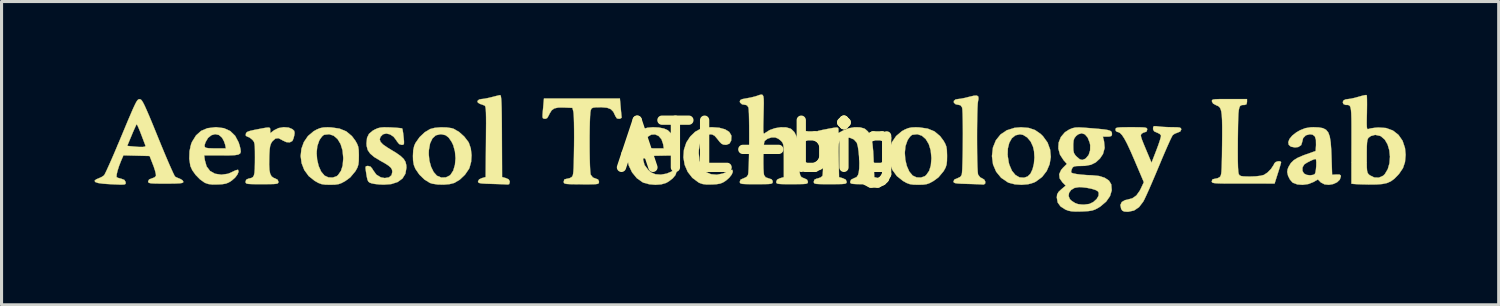
<source format=kicad_pcb>
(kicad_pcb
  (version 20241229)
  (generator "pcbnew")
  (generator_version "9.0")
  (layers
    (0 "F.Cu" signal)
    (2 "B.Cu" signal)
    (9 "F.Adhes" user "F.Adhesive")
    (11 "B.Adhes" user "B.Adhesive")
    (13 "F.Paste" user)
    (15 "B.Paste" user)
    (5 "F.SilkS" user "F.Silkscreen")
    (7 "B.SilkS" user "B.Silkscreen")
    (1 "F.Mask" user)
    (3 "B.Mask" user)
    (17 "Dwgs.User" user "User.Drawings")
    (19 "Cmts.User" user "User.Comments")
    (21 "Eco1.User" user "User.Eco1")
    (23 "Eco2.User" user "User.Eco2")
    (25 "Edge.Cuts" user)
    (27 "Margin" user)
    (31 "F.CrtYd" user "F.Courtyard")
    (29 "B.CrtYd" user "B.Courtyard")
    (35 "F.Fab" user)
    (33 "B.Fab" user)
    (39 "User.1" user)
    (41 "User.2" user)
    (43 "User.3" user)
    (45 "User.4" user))
  (footprint "ATL-big"
    (layer "F.Cu")
    (at 21.409 1.665)
    (property "Reference" "ATL-big" (at 0 0 0) (layer "F.SilkS") (effects (font (size 1.524 1.524) (thickness 0.3))))
    (attr through_hole)
    (fp_poly (pts (xy -8.295 -1.633) (xy -8.283 -1.594) (xy -8.274 -1.519) (xy -8.267 -1.402) (xy -8.261 -1.236) (xy -8.257 -1.016) (xy -8.254 -0.734) (xy -8.252 -0.383) (xy -8.252 -0.324) (xy -8.246 1.002) (xy -8.122 1.037) (xy -8.033 1.077) (xy -8 1.139) (xy -7.999 1.162) (xy -8.017 1.231) (xy -8.065 1.243) (xy -8.128 1.239) (xy -8.249 1.233) (xy -8.41 1.228) (xy -8.577 1.223) (xy -8.768 1.217) (xy -8.895 1.209) (xy -8.972 1.197) (xy -9.01 1.179) (xy -9.022 1.152) (xy -9.023 1.142) (xy -8.986 1.077) (xy -8.899 1.037) (xy -8.776 1.002) (xy -8.766 -0.145) (xy -8.764 -0.47) (xy -8.762 -0.728) (xy -8.763 -0.927) (xy -8.766 -1.073) (xy -8.771 -1.176) (xy -8.78 -1.244) (xy -8.791 -1.284) (xy -8.807 -1.304) (xy -8.823 -1.312) (xy -8.955 -1.359) (xy -9.024 -1.399) (xy -9.041 -1.44) (xy -9.037 -1.458) (xy -8.986 -1.502) (xy -8.913 -1.516) (xy -8.821 -1.526) (xy -8.69 -1.552) (xy -8.585 -1.577) (xy -8.457 -1.61) (xy -8.355 -1.635) (xy -8.309 -1.644) (xy -8.295 -1.633)) (stroke (width 0.01) (type solid)) (fill yes) (layer "F.SilkS"))
    (fp_poly (pts (xy 8.759 -0.584) (xy 8.963 -0.516) (xy 9.143 -0.392) (xy 9.22 -0.317) (xy 9.368 -0.113) (xy 9.451 0.115) (xy 9.473 0.352) (xy 9.435 0.587) (xy 9.341 0.807) (xy 9.193 0.998) (xy 8.993 1.147) (xy 8.928 1.18) (xy 8.746 1.233) (xy 8.531 1.252) (xy 8.313 1.237) (xy 8.124 1.189) (xy 8.085 1.172) (xy 7.869 1.025) (xy 7.709 0.83) (xy 7.608 0.594) (xy 7.573 0.326) (xy 7.573 0.322) (xy 7.576 0.3) (xy 8.079 0.3) (xy 8.116 0.537) (xy 8.135 0.606) (xy 8.218 0.799) (xy 8.33 0.936) (xy 8.464 1.013) (xy 8.61 1.023) (xy 8.725 0.983) (xy 8.815 0.896) (xy 8.883 0.753) (xy 8.928 0.572) (xy 8.945 0.37) (xy 8.932 0.166) (xy 8.901 0.027) (xy 8.824 -0.143) (xy 8.711 -0.277) (xy 8.579 -0.359) (xy 8.476 -0.379) (xy 8.331 -0.345) (xy 8.215 -0.25) (xy 8.132 -0.104) (xy 8.086 0.082) (xy 8.079 0.3) (xy 7.576 0.3) (xy 7.605 0.048) (xy 7.7 -0.185) (xy 7.85 -0.372) (xy 8.051 -0.508) (xy 8.298 -0.586) (xy 8.511 -0.605) (xy 8.759 -0.584)) (stroke (width 0.01) (type solid)) (fill yes) (layer "F.SilkS"))
    (fp_poly (pts (xy -1.232 -0.589) (xy -1.045 -0.538) (xy -0.914 -0.457) (xy -0.848 -0.35) (xy -0.841 -0.315) (xy -0.85 -0.17) (xy -0.906 -0.076) (xy -1.005 -0.039) (xy -1.015 -0.038) (xy -1.095 -0.045) (xy -1.157 -0.072) (xy -1.22 -0.134) (xy -1.301 -0.237) (xy -1.383 -0.331) (xy -1.461 -0.372) (xy -1.531 -0.379) (xy -1.671 -0.345) (xy -1.78 -0.245) (xy -1.855 -0.086) (xy -1.892 0.126) (xy -1.896 0.229) (xy -1.871 0.471) (xy -1.801 0.67) (xy -1.689 0.816) (xy -1.656 0.843) (xy -1.499 0.911) (xy -1.311 0.927) (xy -1.116 0.889) (xy -0.996 0.835) (xy -0.897 0.788) (xy -0.827 0.768) (xy -0.808 0.771) (xy -0.795 0.833) (xy -0.832 0.922) (xy -0.909 1.022) (xy -1.014 1.114) (xy -1.018 1.117) (xy -1.114 1.178) (xy -1.206 1.214) (xy -1.32 1.233) (xy -1.472 1.242) (xy -1.644 1.243) (xy -1.766 1.228) (xy -1.864 1.195) (xy -1.901 1.177) (xy -2.102 1.027) (xy -2.252 0.834) (xy -2.349 0.609) (xy -2.39 0.367) (xy -2.373 0.122) (xy -2.296 -0.112) (xy -2.17 -0.305) (xy -2.014 -0.457) (xy -1.845 -0.551) (xy -1.643 -0.598) (xy -1.469 -0.607) (xy -1.232 -0.589)) (stroke (width 0.01) (type solid)) (fill yes) (layer "F.SilkS"))
    (fp_poly (pts (xy -10.048 -0.601) (xy -9.879 -0.577) (xy -9.805 -0.554) (xy -9.633 -0.453) (xy -9.468 -0.305) (xy -9.338 -0.137) (xy -9.317 -0.098) (xy -9.256 0.081) (xy -9.232 0.295) (xy -9.246 0.512) (xy -9.298 0.701) (xy -9.315 0.739) (xy -9.446 0.929) (xy -9.615 1.089) (xy -9.789 1.192) (xy -9.937 1.23) (xy -10.125 1.247) (xy -10.321 1.243) (xy -10.495 1.217) (xy -10.577 1.191) (xy -10.752 1.083) (xy -10.916 0.924) (xy -11.044 0.739) (xy -11.095 0.613) (xy -11.12 0.465) (xy -11.124 0.322) (xy -11.121 0.258) (xy -10.615 0.258) (xy -10.594 0.472) (xy -10.538 0.674) (xy -10.454 0.843) (xy -10.351 0.958) (xy -10.345 0.962) (xy -10.208 1.018) (xy -10.061 1.013) (xy -9.933 0.95) (xy -9.914 0.933) (xy -9.823 0.794) (xy -9.768 0.608) (xy -9.749 0.395) (xy -9.768 0.176) (xy -9.824 -0.029) (xy -9.876 -0.136) (xy -9.97 -0.272) (xy -10.068 -0.348) (xy -10.19 -0.377) (xy -10.246 -0.379) (xy -10.386 -0.345) (xy -10.495 -0.245) (xy -10.571 -0.085) (xy -10.61 0.131) (xy -10.615 0.258) (xy -11.121 0.258) (xy -11.115 0.137) (xy -11.084 -0.003) (xy -11.044 -0.095) (xy -10.911 -0.285) (xy -10.742 -0.445) (xy -10.569 -0.548) (xy -10.424 -0.586) (xy -10.24 -0.603) (xy -10.048 -0.601)) (stroke (width 0.01) (type solid)) (fill yes) (layer "F.SilkS"))
    (fp_poly (pts (xy 7.132 -1.595) (xy 7.137 -1.519) (xy 7.123 -1.447) (xy 7.113 -1.366) (xy 7.105 -1.224) (xy 7.099 -1.033) (xy 7.095 -0.805) (xy 7.092 -0.552) (xy 7.091 -0.286) (xy 7.092 -0.02) (xy 7.094 0.236) (xy 7.098 0.468) (xy 7.104 0.666) (xy 7.112 0.817) (xy 7.122 0.908) (xy 7.126 0.925) (xy 7.19 1.01) (xy 7.259 1.046) (xy 7.324 1.085) (xy 7.357 1.148) (xy 7.355 1.209) (xy 7.314 1.242) (xy 7.288 1.243) (xy 7.225 1.239) (xy 7.105 1.233) (xy 6.944 1.228) (xy 6.776 1.223) (xy 6.586 1.217) (xy 6.459 1.209) (xy 6.382 1.197) (xy 6.344 1.179) (xy 6.332 1.152) (xy 6.331 1.141) (xy 6.364 1.079) (xy 6.445 1.048) (xy 6.554 0.995) (xy 6.597 0.927) (xy 6.606 0.865) (xy 6.615 0.739) (xy 6.621 0.563) (xy 6.627 0.349) (xy 6.631 0.108) (xy 6.633 -0.145) (xy 6.634 -0.399) (xy 6.633 -0.641) (xy 6.63 -0.859) (xy 6.626 -1.041) (xy 6.619 -1.172) (xy 6.61 -1.242) (xy 6.56 -1.314) (xy 6.507 -1.327) (xy 6.401 -1.348) (xy 6.344 -1.399) (xy 6.343 -1.456) (xy 6.397 -1.503) (xy 6.473 -1.516) (xy 6.564 -1.527) (xy 6.698 -1.553) (xy 6.832 -1.587) (xy 6.989 -1.624) (xy 7.086 -1.629) (xy 7.132 -1.595)) (stroke (width 0.01) (type solid)) (fill yes) (layer "F.SilkS"))
    (fp_poly (pts (xy -3.186 -0.597) (xy -3.019 -0.564) (xy -2.896 -0.51) (xy -2.893 -0.508) (xy -2.72 -0.337) (xy -2.601 -0.129) (xy -2.548 0.092) (xy -2.531 0.301) (xy -3.696 0.322) (xy -3.69 0.451) (xy -3.645 0.616) (xy -3.527 0.772) (xy -3.435 0.851) (xy -3.296 0.912) (xy -3.121 0.925) (xy -2.934 0.892) (xy -2.81 0.841) (xy -2.701 0.785) (xy -2.643 0.765) (xy -2.62 0.78) (xy -2.616 0.832) (xy -2.616 0.846) (xy -2.649 0.94) (xy -2.737 1.045) (xy -2.867 1.145) (xy -2.946 1.19) (xy -3.102 1.237) (xy -3.295 1.252) (xy -3.496 1.234) (xy -3.674 1.186) (xy -3.707 1.171) (xy -3.895 1.038) (xy -4.048 0.851) (xy -4.155 0.629) (xy -4.205 0.389) (xy -4.208 0.322) (xy -4.176 0.089) (xy -4.159 0.044) (xy -3.702 0.044) (xy -3.673 0.062) (xy -3.6 0.072) (xy -3.471 0.075) (xy -3.373 0.076) (xy -3.023 0.076) (xy -3.045 -0.062) (xy -3.098 -0.217) (xy -3.19 -0.324) (xy -3.305 -0.375) (xy -3.43 -0.367) (xy -3.55 -0.294) (xy -3.579 -0.262) (xy -3.642 -0.176) (xy -3.676 -0.107) (xy -3.677 -0.095) (xy -3.69 -0.015) (xy -3.7 0.016) (xy -3.702 0.044) (xy -4.159 0.044) (xy -4.088 -0.137) (xy -3.955 -0.337) (xy -3.789 -0.492) (xy -3.691 -0.55) (xy -3.549 -0.591) (xy -3.372 -0.606) (xy -3.186 -0.597)) (stroke (width 0.01) (type solid)) (fill yes) (layer "F.SilkS"))
    (fp_poly (pts (xy -13.767 -0.601) (xy -13.496 -0.562) (xy -13.275 -0.471) (xy -13.096 -0.321) (xy -12.985 -0.173) (xy -12.927 -0.07) (xy -12.892 0.021) (xy -12.876 0.127) (xy -12.871 0.275) (xy -12.871 0.322) (xy -12.874 0.485) (xy -12.887 0.599) (xy -12.916 0.692) (xy -12.968 0.789) (xy -12.986 0.818) (xy -13.147 1.011) (xy -13.306 1.128) (xy -13.424 1.193) (xy -13.524 1.23) (xy -13.637 1.247) (xy -13.794 1.251) (xy -13.799 1.251) (xy -13.958 1.247) (xy -14.072 1.231) (xy -14.172 1.195) (xy -14.289 1.13) (xy -14.293 1.128) (xy -14.491 0.97) (xy -14.633 0.775) (xy -14.719 0.555) (xy -14.75 0.324) (xy -14.738 0.215) (xy -14.235 0.215) (xy -14.219 0.436) (xy -14.169 0.646) (xy -14.089 0.826) (xy -13.98 0.955) (xy -13.978 0.956) (xy -13.854 1.013) (xy -13.714 1.019) (xy -13.588 0.975) (xy -13.543 0.938) (xy -13.448 0.802) (xy -13.394 0.632) (xy -13.375 0.411) (xy -13.375 0.379) (xy -13.398 0.139) (xy -13.461 -0.064) (xy -13.558 -0.224) (xy -13.682 -0.332) (xy -13.828 -0.381) (xy -13.987 -0.363) (xy -14.006 -0.355) (xy -14.06 -0.309) (xy -14.125 -0.22) (xy -14.151 -0.175) (xy -14.213 0.005) (xy -14.235 0.215) (xy -14.738 0.215) (xy -14.726 0.092) (xy -14.647 -0.127) (xy -14.514 -0.322) (xy -14.327 -0.48) (xy -14.234 -0.531) (xy -14.126 -0.576) (xy -14.017 -0.599) (xy -13.88 -0.605) (xy -13.767 -0.601)) (stroke (width 0.01) (type solid)) (fill yes) (layer "F.SilkS"))
    (fp_poly (pts (xy 5.226 -0.601) (xy 5.497 -0.562) (xy 5.718 -0.471) (xy 5.897 -0.321) (xy 6.008 -0.173) (xy 6.066 -0.07) (xy 6.101 0.021) (xy 6.117 0.127) (xy 6.122 0.275) (xy 6.123 0.322) (xy 6.12 0.485) (xy 6.107 0.599) (xy 6.077 0.692) (xy 6.025 0.789) (xy 6.007 0.818) (xy 5.846 1.011) (xy 5.687 1.128) (xy 5.569 1.193) (xy 5.469 1.23) (xy 5.356 1.247) (xy 5.199 1.251) (xy 5.194 1.251) (xy 5.035 1.247) (xy 4.921 1.231) (xy 4.821 1.195) (xy 4.705 1.13) (xy 4.701 1.128) (xy 4.502 0.97) (xy 4.36 0.775) (xy 4.274 0.555) (xy 4.243 0.324) (xy 4.255 0.215) (xy 4.759 0.215) (xy 4.774 0.436) (xy 4.824 0.646) (xy 4.904 0.826) (xy 5.013 0.955) (xy 5.015 0.956) (xy 5.139 1.013) (xy 5.279 1.019) (xy 5.405 0.975) (xy 5.45 0.938) (xy 5.545 0.802) (xy 5.599 0.632) (xy 5.618 0.411) (xy 5.618 0.379) (xy 5.595 0.139) (xy 5.532 -0.064) (xy 5.435 -0.224) (xy 5.311 -0.332) (xy 5.166 -0.381) (xy 5.006 -0.363) (xy 4.987 -0.355) (xy 4.933 -0.309) (xy 4.868 -0.22) (xy 4.843 -0.175) (xy 4.78 0.005) (xy 4.759 0.215) (xy 4.255 0.215) (xy 4.268 0.092) (xy 4.346 -0.127) (xy 4.479 -0.322) (xy 4.666 -0.48) (xy 4.759 -0.531) (xy 4.867 -0.576) (xy 4.976 -0.599) (xy 5.113 -0.605) (xy 5.226 -0.601)) (stroke (width 0.01) (type solid)) (fill yes) (layer "F.SilkS"))
    (fp_poly (pts (xy -17.228 -0.576) (xy -17.025 -0.484) (xy -16.867 -0.331) (xy -16.754 -0.118) (xy -16.719 -0.008) (xy -16.692 0.105) (xy -16.684 0.186) (xy -16.705 0.241) (xy -16.763 0.276) (xy -16.869 0.294) (xy -17.03 0.302) (xy -17.257 0.303) (xy -17.295 0.303) (xy -17.866 0.303) (xy -17.845 0.456) (xy -17.788 0.658) (xy -17.677 0.805) (xy -17.518 0.895) (xy -17.312 0.926) (xy -17.31 0.926) (xy -17.094 0.896) (xy -16.956 0.835) (xy -16.858 0.788) (xy -16.787 0.768) (xy -16.769 0.771) (xy -16.756 0.833) (xy -16.793 0.922) (xy -16.869 1.022) (xy -16.974 1.114) (xy -16.978 1.117) (xy -17.075 1.178) (xy -17.166 1.214) (xy -17.28 1.233) (xy -17.432 1.242) (xy -17.604 1.243) (xy -17.726 1.228) (xy -17.825 1.195) (xy -17.861 1.177) (xy -18.003 1.075) (xy -18.14 0.935) (xy -18.25 0.781) (xy -18.311 0.647) (xy -18.347 0.414) (xy -18.339 0.168) (xy -18.307 0.022) (xy -17.853 0.022) (xy -17.815 0.056) (xy -17.727 0.071) (xy -17.577 0.076) (xy -17.51 0.076) (xy -17.164 0.076) (xy -17.187 -0.041) (xy -17.227 -0.156) (xy -17.289 -0.269) (xy -17.391 -0.357) (xy -17.511 -0.383) (xy -17.633 -0.349) (xy -17.742 -0.261) (xy -17.819 -0.129) (xy -17.851 -0.037) (xy -17.853 0.022) (xy -18.307 0.022) (xy -18.288 -0.059) (xy -18.259 -0.133) (xy -18.129 -0.342) (xy -17.966 -0.488) (xy -17.762 -0.575) (xy -17.508 -0.606) (xy -17.476 -0.607) (xy -17.228 -0.576)) (stroke (width 0.01) (type solid)) (fill yes) (layer "F.SilkS"))
    (fp_poly (pts (xy -11.897 -0.602) (xy -11.842 -0.6) (xy -11.686 -0.591) (xy -11.562 -0.581) (xy -11.486 -0.571) (xy -11.471 -0.566) (xy -11.458 -0.521) (xy -11.442 -0.423) (xy -11.427 -0.293) (xy -11.414 -0.158) (xy -11.414 -0.082) (xy -11.43 -0.047) (xy -11.468 -0.038) (xy -11.491 -0.038) (xy -11.569 -0.063) (xy -11.639 -0.147) (xy -11.657 -0.18) (xy -11.75 -0.3) (xy -11.865 -0.376) (xy -11.985 -0.404) (xy -12.093 -0.378) (xy -12.172 -0.297) (xy -12.197 -0.215) (xy -12.172 -0.135) (xy -12.091 -0.049) (xy -11.948 0.05) (xy -11.873 0.096) (xy -11.666 0.221) (xy -11.519 0.326) (xy -11.422 0.419) (xy -11.365 0.512) (xy -11.34 0.615) (xy -11.335 0.7) (xy -11.368 0.895) (xy -11.463 1.049) (xy -11.617 1.162) (xy -11.825 1.229) (xy -12.063 1.247) (xy -12.22 1.24) (xy -12.364 1.224) (xy -12.461 1.204) (xy -12.522 1.182) (xy -12.563 1.15) (xy -12.591 1.093) (xy -12.614 0.995) (xy -12.639 0.84) (xy -12.644 0.806) (xy -12.656 0.705) (xy -12.646 0.658) (xy -12.603 0.645) (xy -12.572 0.644) (xy -12.493 0.666) (xy -12.432 0.741) (xy -12.414 0.775) (xy -12.307 0.924) (xy -12.161 1.012) (xy -12.035 1.035) (xy -11.898 1.013) (xy -11.815 0.941) (xy -11.79 0.835) (xy -11.8 0.765) (xy -11.835 0.702) (xy -11.909 0.636) (xy -12.03 0.558) (xy -12.178 0.475) (xy -12.373 0.357) (xy -12.505 0.246) (xy -12.584 0.131) (xy -12.619 -0.002) (xy -12.624 -0.089) (xy -12.606 -0.265) (xy -12.544 -0.392) (xy -12.424 -0.494) (xy -12.35 -0.535) (xy -12.262 -0.574) (xy -12.172 -0.596) (xy -12.058 -0.605) (xy -11.897 -0.602)) (stroke (width 0.01) (type solid)) (fill yes) (layer "F.SilkS"))
    (fp_poly (pts (xy -15.138 -0.595) (xy -15.018 -0.545) (xy -14.96 -0.491) (xy -14.946 -0.422) (xy -14.956 -0.346) (xy -14.983 -0.242) (xy -15.016 -0.167) (xy -15.021 -0.161) (xy -15.101 -0.119) (xy -15.212 -0.126) (xy -15.333 -0.181) (xy -15.351 -0.193) (xy -15.465 -0.253) (xy -15.563 -0.242) (xy -15.658 -0.158) (xy -15.672 -0.14) (xy -15.71 -0.076) (xy -15.736 0.003) (xy -15.752 0.117) (xy -15.762 0.282) (xy -15.764 0.355) (xy -15.768 0.597) (xy -15.759 0.774) (xy -15.734 0.898) (xy -15.691 0.978) (xy -15.628 1.026) (xy -15.589 1.041) (xy -15.496 1.087) (xy -15.467 1.155) (xy -15.471 1.185) (xy -15.49 1.207) (xy -15.535 1.22) (xy -15.619 1.228) (xy -15.752 1.231) (xy -15.948 1.232) (xy -15.998 1.232) (xy -16.208 1.232) (xy -16.354 1.229) (xy -16.447 1.223) (xy -16.499 1.211) (xy -16.523 1.191) (xy -16.529 1.162) (xy -16.529 1.151) (xy -16.509 1.089) (xy -16.439 1.054) (xy -16.4 1.046) (xy -16.337 1.03) (xy -16.291 1.001) (xy -16.26 0.95) (xy -16.241 0.864) (xy -16.231 0.732) (xy -16.227 0.544) (xy -16.226 0.368) (xy -16.227 0.167) (xy -16.23 0.028) (xy -16.239 -0.066) (xy -16.256 -0.127) (xy -16.283 -0.172) (xy -16.319 -0.21) (xy -16.399 -0.274) (xy -16.469 -0.303) (xy -16.473 -0.303) (xy -16.52 -0.331) (xy -16.522 -0.386) (xy -16.507 -0.427) (xy -16.468 -0.459) (xy -16.389 -0.487) (xy -16.256 -0.518) (xy -16.169 -0.535) (xy -15.983 -0.571) (xy -15.86 -0.592) (xy -15.785 -0.597) (xy -15.748 -0.586) (xy -15.734 -0.558) (xy -15.733 -0.512) (xy -15.733 -0.51) (xy -15.733 -0.413) (xy -15.606 -0.51) (xy -15.466 -0.579) (xy -15.3 -0.608) (xy -15.138 -0.595)) (stroke (width 0.01) (type solid)) (fill yes) (layer "F.SilkS"))
    (fp_poly (pts (xy 18.129 -0.6) (xy 18.262 -0.576) (xy 18.362 -0.524) (xy 18.433 -0.437) (xy 18.481 -0.306) (xy 18.511 -0.122) (xy 18.529 0.124) (xy 18.537 0.322) (xy 18.557 0.929) (xy 18.699 0.92) (xy 18.795 0.922) (xy 18.836 0.948) (xy 18.841 0.977) (xy 18.806 1.085) (xy 18.717 1.171) (xy 18.592 1.228) (xy 18.451 1.253) (xy 18.313 1.238) (xy 18.198 1.179) (xy 18.184 1.166) (xy 18.098 1.08) (xy 17.949 1.165) (xy 17.787 1.228) (xy 17.606 1.253) (xy 17.434 1.24) (xy 17.296 1.188) (xy 17.274 1.173) (xy 17.197 1.084) (xy 17.137 0.967) (xy 17.132 0.949) (xy 17.108 0.839) (xy 17.121 0.748) (xy 17.145 0.693) (xy 17.6 0.693) (xy 17.601 0.805) (xy 17.65 0.888) (xy 17.735 0.932) (xy 17.848 0.946) (xy 17.954 0.93) (xy 18 0.902) (xy 18.02 0.85) (xy 18.035 0.755) (xy 18.045 0.64) (xy 18.047 0.529) (xy 18.04 0.447) (xy 18.025 0.417) (xy 17.961 0.434) (xy 17.862 0.477) (xy 17.757 0.531) (xy 17.675 0.581) (xy 17.658 0.595) (xy 17.6 0.693) (xy 17.145 0.693) (xy 17.159 0.66) (xy 17.227 0.549) (xy 17.317 0.46) (xy 17.443 0.382) (xy 17.621 0.305) (xy 17.728 0.266) (xy 18.026 0.161) (xy 18.038 -0.032) (xy 18.035 -0.202) (xy 18 -0.311) (xy 17.927 -0.367) (xy 17.838 -0.379) (xy 17.71 -0.346) (xy 17.622 -0.257) (xy 17.59 -0.129) (xy 17.558 -0.029) (xy 17.467 0.032) (xy 17.359 0.046) (xy 17.228 0.021) (xy 17.157 -0.039) (xy 17.142 -0.124) (xy 17.18 -0.226) (xy 17.27 -0.336) (xy 17.408 -0.444) (xy 17.523 -0.509) (xy 17.691 -0.576) (xy 17.863 -0.604) (xy 17.956 -0.607) (xy 18.129 -0.6)) (stroke (width 0.01) (type solid)) (fill yes) (layer "F.SilkS"))
    (fp_poly (pts (xy 15.809 -1.422) (xy 15.792 -1.348) (xy 15.73 -1.326) (xy 15.723 -1.326) (xy 15.667 -1.325) (xy 15.622 -1.316) (xy 15.587 -1.291) (xy 15.562 -1.243) (xy 15.544 -1.163) (xy 15.531 -1.043) (xy 15.524 -0.875) (xy 15.519 -0.651) (xy 15.515 -0.363) (xy 15.513 -0.211) (xy 15.511 0.164) (xy 15.512 0.464) (xy 15.518 0.687) (xy 15.528 0.835) (xy 15.542 0.907) (xy 15.543 0.909) (xy 15.572 0.947) (xy 15.619 0.97) (xy 15.702 0.981) (xy 15.838 0.985) (xy 15.906 0.986) (xy 16.093 0.979) (xy 16.251 0.96) (xy 16.355 0.933) (xy 16.472 0.856) (xy 16.587 0.737) (xy 16.674 0.604) (xy 16.693 0.559) (xy 16.735 0.518) (xy 16.806 0.494) (xy 16.875 0.492) (xy 16.909 0.518) (xy 16.91 0.521) (xy 16.9 0.568) (xy 16.871 0.669) (xy 16.829 0.806) (xy 16.805 0.88) (xy 16.7 1.211) (xy 15.685 1.212) (xy 15.382 1.212) (xy 15.146 1.212) (xy 14.969 1.209) (xy 14.843 1.205) (xy 14.758 1.198) (xy 14.708 1.188) (xy 14.682 1.173) (xy 14.672 1.154) (xy 14.671 1.137) (xy 14.696 1.076) (xy 14.759 1.061) (xy 14.861 1.039) (xy 14.92 1.008) (xy 14.943 0.987) (xy 14.96 0.956) (xy 14.974 0.905) (xy 14.984 0.826) (xy 14.991 0.708) (xy 14.996 0.544) (xy 15.001 0.323) (xy 15.004 0.037) (xy 15.005 -0.006) (xy 15.008 -0.348) (xy 15.008 -0.621) (xy 15.004 -0.835) (xy 14.995 -0.997) (xy 14.979 -1.115) (xy 14.955 -1.198) (xy 14.923 -1.253) (xy 14.881 -1.288) (xy 14.827 -1.311) (xy 14.821 -1.313) (xy 14.714 -1.371) (xy 14.678 -1.436) (xy 14.676 -1.467) (xy 14.688 -1.488) (xy 14.725 -1.503) (xy 14.798 -1.511) (xy 14.919 -1.515) (xy 15.097 -1.516) (xy 15.237 -1.516) (xy 15.809 -1.516) (xy 15.809 -1.422)) (stroke (width 0.01) (type solid)) (fill yes) (layer "F.SilkS"))
    (fp_poly (pts (xy -4.416 -1.242) (xy -4.403 -1.099) (xy -4.392 -0.986) (xy -4.385 -0.924) (xy -4.384 -0.92) (xy -4.412 -0.893) (xy -4.464 -0.879) (xy -4.536 -0.89) (xy -4.584 -0.96) (xy -4.59 -0.974) (xy -4.654 -1.107) (xy -4.737 -1.191) (xy -4.856 -1.236) (xy -5.027 -1.251) (xy -5.069 -1.251) (xy -5.213 -1.249) (xy -5.299 -1.24) (xy -5.347 -1.219) (xy -5.374 -1.178) (xy -5.384 -1.154) (xy -5.396 -1.085) (xy -5.405 -0.954) (xy -5.412 -0.773) (xy -5.417 -0.555) (xy -5.42 -0.314) (xy -5.42 -0.062) (xy -5.419 0.187) (xy -5.415 0.42) (xy -5.409 0.624) (xy -5.401 0.787) (xy -5.391 0.895) (xy -5.384 0.927) (xy -5.313 1.017) (xy -5.232 1.048) (xy -5.147 1.081) (xy -5.118 1.142) (xy -5.118 1.155) (xy -5.12 1.187) (xy -5.134 1.21) (xy -5.172 1.225) (xy -5.244 1.233) (xy -5.362 1.236) (xy -5.538 1.237) (xy -5.687 1.236) (xy -5.905 1.234) (xy -6.059 1.231) (xy -6.159 1.225) (xy -6.218 1.213) (xy -6.246 1.195) (xy -6.255 1.169) (xy -6.255 1.147) (xy -6.235 1.079) (xy -6.168 1.061) (xy -6.066 1.039) (xy -6.007 1.008) (xy -5.984 0.987) (xy -5.966 0.956) (xy -5.953 0.905) (xy -5.943 0.826) (xy -5.935 0.709) (xy -5.93 0.545) (xy -5.926 0.324) (xy -5.922 0.039) (xy -5.921 -0.011) (xy -5.919 -0.281) (xy -5.92 -0.533) (xy -5.923 -0.753) (xy -5.928 -0.931) (xy -5.936 -1.054) (xy -5.942 -1.104) (xy -5.975 -1.232) (xy -6.253 -1.243) (xy -6.433 -1.242) (xy -6.558 -1.215) (xy -6.645 -1.152) (xy -6.713 -1.044) (xy -6.736 -0.993) (xy -6.789 -0.903) (xy -6.85 -0.878) (xy -6.865 -0.879) (xy -6.905 -0.886) (xy -6.929 -0.901) (xy -6.939 -0.94) (xy -6.938 -1.016) (xy -6.928 -1.145) (xy -6.919 -1.242) (xy -6.893 -1.535) (xy -4.442 -1.535) (xy -4.416 -1.242)) (stroke (width 0.01) (type solid)) (fill yes) (layer "F.SilkS"))
    (fp_poly (pts (xy 12.883 -0.639) (xy 12.952 -0.631) (xy 13.083 -0.618) (xy 13.251 -0.61) (xy 13.407 -0.607) (xy 13.551 -0.605) (xy 13.635 -0.596) (xy 13.674 -0.576) (xy 13.685 -0.542) (xy 13.686 -0.534) (xy 13.653 -0.468) (xy 13.576 -0.437) (xy 13.475 -0.397) (xy 13.409 -0.349) (xy 13.38 -0.297) (xy 13.326 -0.186) (xy 13.253 -0.024) (xy 13.164 0.179) (xy 13.064 0.412) (xy 12.958 0.666) (xy 12.848 0.928) (xy 12.742 1.176) (xy 12.645 1.399) (xy 12.561 1.585) (xy 12.497 1.722) (xy 12.458 1.796) (xy 12.321 1.975) (xy 12.16 2.083) (xy 11.97 2.123) (xy 11.95 2.123) (xy 11.841 2.115) (xy 11.78 2.084) (xy 11.745 2.028) (xy 11.721 1.906) (xy 11.764 1.809) (xy 11.87 1.748) (xy 11.933 1.735) (xy 12.104 1.689) (xy 12.237 1.596) (xy 12.345 1.444) (xy 12.38 1.377) (xy 12.478 1.168) (xy 12.169 0.442) (xy 12.043 0.153) (xy 11.938 -0.072) (xy 11.85 -0.237) (xy 11.775 -0.352) (xy 11.708 -0.421) (xy 11.646 -0.452) (xy 11.617 -0.455) (xy 11.573 -0.486) (xy 11.563 -0.531) (xy 11.567 -0.561) (xy 11.587 -0.582) (xy 11.635 -0.595) (xy 11.722 -0.603) (xy 11.862 -0.606) (xy 12.064 -0.607) (xy 12.074 -0.607) (xy 12.28 -0.606) (xy 12.422 -0.603) (xy 12.511 -0.596) (xy 12.561 -0.583) (xy 12.582 -0.562) (xy 12.586 -0.532) (xy 12.586 -0.531) (xy 12.566 -0.469) (xy 12.537 -0.455) (xy 12.468 -0.434) (xy 12.418 -0.405) (xy 12.392 -0.38) (xy 12.381 -0.346) (xy 12.389 -0.291) (xy 12.418 -0.202) (xy 12.472 -0.066) (xy 12.538 0.093) (xy 12.726 0.54) (xy 12.885 0.13) (xy 12.947 -0.037) (xy 12.996 -0.183) (xy 13.026 -0.289) (xy 13.033 -0.339) (xy 12.992 -0.389) (xy 12.908 -0.432) (xy 12.899 -0.434) (xy 12.81 -0.475) (xy 12.777 -0.537) (xy 12.776 -0.563) (xy 12.781 -0.618) (xy 12.81 -0.641) (xy 12.883 -0.639)) (stroke (width 0.01) (type solid)) (fill yes) (layer "F.SilkS"))
    (fp_poly (pts (xy 19.673 -1.645) (xy 19.68 -1.602) (xy 19.683 -1.497) (xy 19.684 -1.344) (xy 19.682 -1.157) (xy 19.681 -1.072) (xy 19.676 -0.858) (xy 19.675 -0.708) (xy 19.679 -0.613) (xy 19.688 -0.562) (xy 19.704 -0.544) (xy 19.729 -0.548) (xy 19.738 -0.552) (xy 19.812 -0.571) (xy 19.933 -0.588) (xy 20.045 -0.598) (xy 20.3 -0.581) (xy 20.52 -0.5) (xy 20.7 -0.36) (xy 20.832 -0.17) (xy 20.911 0.066) (xy 20.931 0.284) (xy 20.911 0.518) (xy 20.845 0.713) (xy 20.722 0.895) (xy 20.681 0.941) (xy 20.568 1.056) (xy 20.455 1.139) (xy 20.33 1.195) (xy 20.176 1.227) (xy 19.978 1.242) (xy 19.72 1.243) (xy 19.702 1.242) (xy 19.513 1.238) (xy 19.355 1.232) (xy 19.241 1.224) (xy 19.185 1.217) (xy 19.181 1.214) (xy 19.181 1.173) (xy 19.181 1.065) (xy 19.181 0.899) (xy 19.181 0.685) (xy 19.182 0.431) (xy 19.182 0.325) (xy 19.676 0.325) (xy 19.676 0.538) (xy 19.678 0.688) (xy 19.685 0.788) (xy 19.699 0.853) (xy 19.721 0.895) (xy 19.753 0.927) (xy 19.775 0.945) (xy 19.918 1.016) (xy 20.067 1.021) (xy 20.203 0.961) (xy 20.259 0.908) (xy 20.355 0.747) (xy 20.41 0.554) (xy 20.426 0.346) (xy 20.405 0.139) (xy 20.349 -0.05) (xy 20.259 -0.206) (xy 20.138 -0.311) (xy 20.106 -0.327) (xy 19.949 -0.361) (xy 19.81 -0.323) (xy 19.742 -0.274) (xy 19.715 -0.242) (xy 19.697 -0.19) (xy 19.685 -0.108) (xy 19.678 0.018) (xy 19.676 0.201) (xy 19.676 0.325) (xy 19.182 0.325) (xy 19.182 0.146) (xy 19.183 -0.043) (xy 19.183 -0.389) (xy 19.183 -0.666) (xy 19.181 -0.883) (xy 19.176 -1.046) (xy 19.167 -1.163) (xy 19.152 -1.243) (xy 19.131 -1.291) (xy 19.103 -1.316) (xy 19.066 -1.326) (xy 19.019 -1.327) (xy 18.994 -1.327) (xy 18.924 -1.355) (xy 18.901 -1.417) (xy 18.928 -1.474) (xy 18.996 -1.506) (xy 19.073 -1.516) (xy 19.163 -1.528) (xy 19.294 -1.557) (xy 19.415 -1.591) (xy 19.539 -1.626) (xy 19.632 -1.645) (xy 19.673 -1.645)) (stroke (width 0.01) (type solid)) (fill yes) (layer "F.SilkS"))
    (fp_poly (pts (xy 3.309 -0.603) (xy 3.447 -0.566) (xy 3.48 -0.547) (xy 3.566 -0.471) (xy 3.632 -0.373) (xy 3.681 -0.242) (xy 3.715 -0.067) (xy 3.737 0.164) (xy 3.75 0.417) (xy 3.772 1.005) (xy 3.914 1.04) (xy 4.014 1.076) (xy 4.053 1.127) (xy 4.056 1.153) (xy 4.053 1.185) (xy 4.035 1.206) (xy 3.991 1.22) (xy 3.909 1.228) (xy 3.777 1.231) (xy 3.584 1.232) (xy 3.526 1.232) (xy 3.316 1.232) (xy 3.17 1.229) (xy 3.077 1.222) (xy 3.024 1.21) (xy 3.001 1.191) (xy 2.995 1.162) (xy 2.995 1.155) (xy 3.024 1.087) (xy 3.117 1.041) (xy 3.202 1.003) (xy 3.248 0.936) (xy 3.272 0.853) (xy 3.287 0.722) (xy 3.291 0.551) (xy 3.283 0.36) (xy 3.266 0.174) (xy 3.242 0.014) (xy 3.211 -0.098) (xy 3.205 -0.111) (xy 3.114 -0.212) (xy 2.985 -0.267) (xy 2.844 -0.274) (xy 2.715 -0.226) (xy 2.687 -0.204) (xy 2.659 -0.173) (xy 2.639 -0.13) (xy 2.627 -0.063) (xy 2.622 0.04) (xy 2.621 0.193) (xy 2.624 0.408) (xy 2.624 0.433) (xy 2.635 1.005) (xy 2.758 1.041) (xy 2.852 1.086) (xy 2.881 1.153) (xy 2.881 1.155) (xy 2.878 1.185) (xy 2.859 1.207) (xy 2.814 1.22) (xy 2.73 1.228) (xy 2.596 1.231) (xy 2.401 1.232) (xy 2.35 1.232) (xy 2.141 1.232) (xy 1.995 1.229) (xy 1.902 1.223) (xy 1.849 1.211) (xy 1.826 1.191) (xy 1.82 1.162) (xy 1.82 1.151) (xy 1.839 1.089) (xy 1.91 1.054) (xy 1.949 1.046) (xy 2.042 1.014) (xy 2.098 0.967) (xy 2.1 0.963) (xy 2.109 0.905) (xy 2.116 0.786) (xy 2.12 0.624) (xy 2.123 0.433) (xy 2.123 0.376) (xy 2.122 0.163) (xy 2.118 0.013) (xy 2.109 -0.089) (xy 2.094 -0.155) (xy 2.071 -0.2) (xy 2.047 -0.227) (xy 1.964 -0.284) (xy 1.893 -0.303) (xy 1.834 -0.322) (xy 1.827 -0.386) (xy 1.841 -0.427) (xy 1.881 -0.459) (xy 1.96 -0.487) (xy 2.093 -0.518) (xy 2.18 -0.535) (xy 2.365 -0.571) (xy 2.489 -0.592) (xy 2.563 -0.598) (xy 2.601 -0.587) (xy 2.614 -0.559) (xy 2.616 -0.514) (xy 2.616 -0.419) (xy 2.792 -0.513) (xy 2.956 -0.575) (xy 3.136 -0.606) (xy 3.309 -0.603)) (stroke (width 0.01) (type solid)) (fill yes) (layer "F.SilkS"))
    (fp_poly (pts (xy -19.932 -1.509) (xy -19.906 -1.497) (xy -19.875 -1.462) (xy -19.836 -1.398) (xy -19.786 -1.298) (xy -19.722 -1.157) (xy -19.64 -0.967) (xy -19.538 -0.723) (xy -19.413 -0.417) (xy -19.352 -0.267) (xy -19.234 0.021) (xy -19.123 0.287) (xy -19.023 0.522) (xy -18.936 0.719) (xy -18.868 0.868) (xy -18.821 0.963) (xy -18.8 0.993) (xy -18.725 1.028) (xy -18.642 1.061) (xy -18.567 1.105) (xy -18.538 1.155) (xy -18.548 1.178) (xy -18.584 1.194) (xy -18.658 1.204) (xy -18.78 1.21) (xy -18.96 1.213) (xy -19.107 1.213) (xy -19.326 1.213) (xy -19.48 1.21) (xy -19.581 1.204) (xy -19.64 1.192) (xy -19.667 1.175) (xy -19.675 1.15) (xy -19.676 1.142) (xy -19.644 1.08) (xy -19.561 1.048) (xy -19.472 1.014) (xy -19.423 0.965) (xy -19.426 0.904) (xy -19.453 0.793) (xy -19.498 0.655) (xy -19.514 0.614) (xy -19.628 0.322) (xy -20.473 0.301) (xy -20.551 0.482) (xy -20.614 0.643) (xy -20.662 0.793) (xy -20.691 0.915) (xy -20.696 0.993) (xy -20.69 1.008) (xy -20.639 1.032) (xy -20.548 1.056) (xy -20.54 1.058) (xy -20.443 1.095) (xy -20.403 1.162) (xy -20.403 1.167) (xy -20.401 1.213) (xy -20.424 1.237) (xy -20.488 1.246) (xy -20.609 1.245) (xy -20.63 1.244) (xy -20.803 1.237) (xy -21 1.226) (xy -21.135 1.216) (xy -21.292 1.194) (xy -21.383 1.162) (xy -21.404 1.122) (xy -21.354 1.077) (xy -21.278 1.046) (xy -21.176 1) (xy -21.1 0.948) (xy -21.099 0.947) (xy -21.071 0.899) (xy -21.018 0.79) (xy -20.944 0.628) (xy -20.853 0.424) (xy -20.75 0.185) (xy -20.67 -0.004) (xy -20.351 -0.004) (xy -20.212 0.01) (xy -19.994 0.029) (xy -19.848 0.031) (xy -19.772 0.016) (xy -19.761 -0.009) (xy -19.859 -0.268) (xy -19.933 -0.461) (xy -19.988 -0.594) (xy -20.024 -0.672) (xy -20.045 -0.701) (xy -20.049 -0.701) (xy -20.07 -0.66) (xy -20.114 -0.565) (xy -20.172 -0.433) (xy -20.209 -0.343) (xy -20.351 -0.004) (xy -20.67 -0.004) (xy -20.639 -0.078) (xy -20.59 -0.194) (xy -20.448 -0.534) (xy -20.333 -0.81) (xy -20.239 -1.029) (xy -20.166 -1.198) (xy -20.108 -1.323) (xy -20.064 -1.41) (xy -20.029 -1.466) (xy -20 -1.497) (xy -19.975 -1.51) (xy -19.95 -1.512) (xy -19.932 -1.509)) (stroke (width 0.01) (type solid)) (fill yes) (layer "F.SilkS"))
    (fp_poly (pts (xy 0.164 -1.651) (xy 0.19 -1.608) (xy 0.202 -1.522) (xy 0.205 -1.385) (xy 0.201 -1.187) (xy 0.197 -1.014) (xy 0.191 -0.778) (xy 0.188 -0.608) (xy 0.189 -0.495) (xy 0.195 -0.43) (xy 0.207 -0.402) (xy 0.225 -0.403) (xy 0.251 -0.423) (xy 0.253 -0.425) (xy 0.391 -0.513) (xy 0.565 -0.575) (xy 0.751 -0.605) (xy 0.927 -0.602) (xy 1.068 -0.561) (xy 1.095 -0.545) (xy 1.192 -0.449) (xy 1.261 -0.312) (xy 1.305 -0.125) (xy 1.326 0.122) (xy 1.329 0.246) (xy 1.333 0.437) (xy 1.34 0.619) (xy 1.351 0.766) (xy 1.358 0.834) (xy 1.381 0.943) (xy 1.419 1.002) (xy 1.489 1.036) (xy 1.507 1.041) (xy 1.601 1.086) (xy 1.63 1.153) (xy 1.63 1.155) (xy 1.626 1.186) (xy 1.607 1.207) (xy 1.561 1.221) (xy 1.475 1.228) (xy 1.339 1.231) (xy 1.139 1.232) (xy 1.118 1.232) (xy 0.913 1.232) (xy 0.771 1.229) (xy 0.682 1.222) (xy 0.632 1.209) (xy 0.611 1.188) (xy 0.607 1.158) (xy 0.607 1.155) (xy 0.635 1.087) (xy 0.728 1.041) (xy 0.73 1.041) (xy 0.853 1.005) (xy 0.853 0.467) (xy 0.852 0.254) (xy 0.849 0.103) (xy 0.841 0.000255) (xy 0.827 -0.068) (xy 0.804 -0.116) (xy 0.771 -0.157) (xy 0.765 -0.164) (xy 0.673 -0.236) (xy 0.579 -0.276) (xy 0.451 -0.276) (xy 0.327 -0.236) (xy 0.239 -0.169) (xy 0.227 -0.15) (xy 0.213 -0.087) (xy 0.202 0.033) (xy 0.195 0.193) (xy 0.191 0.374) (xy 0.191 0.557) (xy 0.194 0.725) (xy 0.202 0.858) (xy 0.213 0.937) (xy 0.264 1.01) (xy 0.364 1.046) (xy 0.456 1.075) (xy 0.491 1.127) (xy 0.493 1.151) (xy 0.49 1.183) (xy 0.473 1.205) (xy 0.431 1.22) (xy 0.352 1.228) (xy 0.223 1.231) (xy 0.035 1.232) (xy -0.038 1.232) (xy -0.248 1.232) (xy -0.393 1.229) (xy -0.487 1.223) (xy -0.539 1.21) (xy -0.563 1.191) (xy -0.569 1.162) (xy -0.569 1.152) (xy -0.545 1.086) (xy -0.464 1.05) (xy -0.454 1.048) (xy -0.346 0.995) (xy -0.303 0.927) (xy -0.293 0.865) (xy -0.285 0.739) (xy -0.278 0.563) (xy -0.273 0.349) (xy -0.269 0.108) (xy -0.266 -0.145) (xy -0.266 -0.399) (xy -0.267 -0.641) (xy -0.27 -0.859) (xy -0.274 -1.041) (xy -0.281 -1.172) (xy -0.289 -1.242) (xy -0.334 -1.31) (xy -0.38 -1.327) (xy -0.499 -1.347) (xy -0.561 -1.404) (xy -0.569 -1.441) (xy -0.552 -1.485) (xy -0.49 -1.514) (xy -0.37 -1.537) (xy -0.221 -1.564) (xy -0.074 -1.6) (xy -0.024 -1.616) (xy 0.06 -1.646) (xy 0.122 -1.66) (xy 0.164 -1.651)) (stroke (width 0.01) (type solid)) (fill yes) (layer "F.SilkS"))
    (fp_poly (pts (xy 10.531 -0.593) (xy 10.817 -0.571) (xy 11.036 -0.552) (xy 11.198 -0.535) (xy 11.31 -0.517) (xy 11.383 -0.496) (xy 11.424 -0.47) (xy 11.443 -0.436) (xy 11.448 -0.393) (xy 11.448 -0.37) (xy 11.431 -0.325) (xy 11.368 -0.306) (xy 11.301 -0.303) (xy 11.154 -0.303) (xy 11.192 -0.153) (xy 11.212 0.062) (xy 11.158 0.258) (xy 11.059 0.405) (xy 10.924 0.529) (xy 10.771 0.605) (xy 10.58 0.64) (xy 10.445 0.644) (xy 10.309 0.647) (xy 10.229 0.659) (xy 10.184 0.687) (xy 10.154 0.738) (xy 10.153 0.739) (xy 10.13 0.817) (xy 10.135 0.86) (xy 10.193 0.883) (xy 10.308 0.906) (xy 10.462 0.925) (xy 10.636 0.939) (xy 10.806 0.945) (xy 11.032 0.968) (xy 11.217 1.027) (xy 11.352 1.118) (xy 11.424 1.236) (xy 11.425 1.239) (xy 11.441 1.431) (xy 11.385 1.618) (xy 11.261 1.795) (xy 11.073 1.954) (xy 10.999 2) (xy 10.904 2.05) (xy 10.81 2.082) (xy 10.693 2.101) (xy 10.532 2.111) (xy 10.464 2.114) (xy 10.277 2.117) (xy 10.142 2.109) (xy 10.039 2.088) (xy 9.947 2.053) (xy 9.788 1.951) (xy 9.696 1.824) (xy 9.667 1.662) (xy 9.667 1.662) (xy 9.672 1.615) (xy 10.047 1.615) (xy 10.09 1.717) (xy 10.151 1.774) (xy 10.257 1.841) (xy 10.351 1.876) (xy 10.469 1.89) (xy 10.543 1.893) (xy 10.72 1.87) (xy 10.846 1.809) (xy 10.954 1.712) (xy 11.015 1.607) (xy 11.021 1.51) (xy 10.991 1.46) (xy 10.917 1.419) (xy 10.79 1.38) (xy 10.634 1.349) (xy 10.471 1.33) (xy 10.387 1.327) (xy 10.241 1.352) (xy 10.13 1.418) (xy 10.063 1.511) (xy 10.047 1.615) (xy 9.672 1.615) (xy 9.678 1.562) (xy 9.723 1.483) (xy 9.811 1.4) (xy 9.955 1.279) (xy 9.849 1.173) (xy 9.759 1.043) (xy 9.745 0.909) (xy 9.807 0.773) (xy 9.868 0.702) (xy 9.993 0.577) (xy 9.889 0.461) (xy 9.77 0.279) (xy 9.717 0.083) (xy 9.721 0.001) (xy 10.198 0.001) (xy 10.202 0.138) (xy 10.221 0.227) (xy 10.264 0.296) (xy 10.309 0.344) (xy 10.407 0.427) (xy 10.488 0.45) (xy 10.575 0.417) (xy 10.605 0.397) (xy 10.695 0.291) (xy 10.743 0.141) (xy 10.746 -0.03) (xy 10.73 -0.108) (xy 10.664 -0.273) (xy 10.575 -0.376) (xy 10.47 -0.412) (xy 10.357 -0.377) (xy 10.291 -0.324) (xy 10.237 -0.257) (xy 10.209 -0.179) (xy 10.199 -0.062) (xy 10.198 0.001) (xy 9.721 0.001) (xy 9.727 -0.111) (xy 9.799 -0.291) (xy 9.928 -0.443) (xy 10.063 -0.53) (xy 10.167 -0.574) (xy 10.264 -0.596) (xy 10.382 -0.601) (xy 10.531 -0.593)) (stroke (width 0.01) (type solid)) (fill yes) (layer "F.SilkS")))
  (gr_rect
    (start -3 -3)
    (end 45.346 6.793)
    (stroke (width 0.1) (type default))
    (fill no)
    (layer "Edge.Cuts")))
</source>
